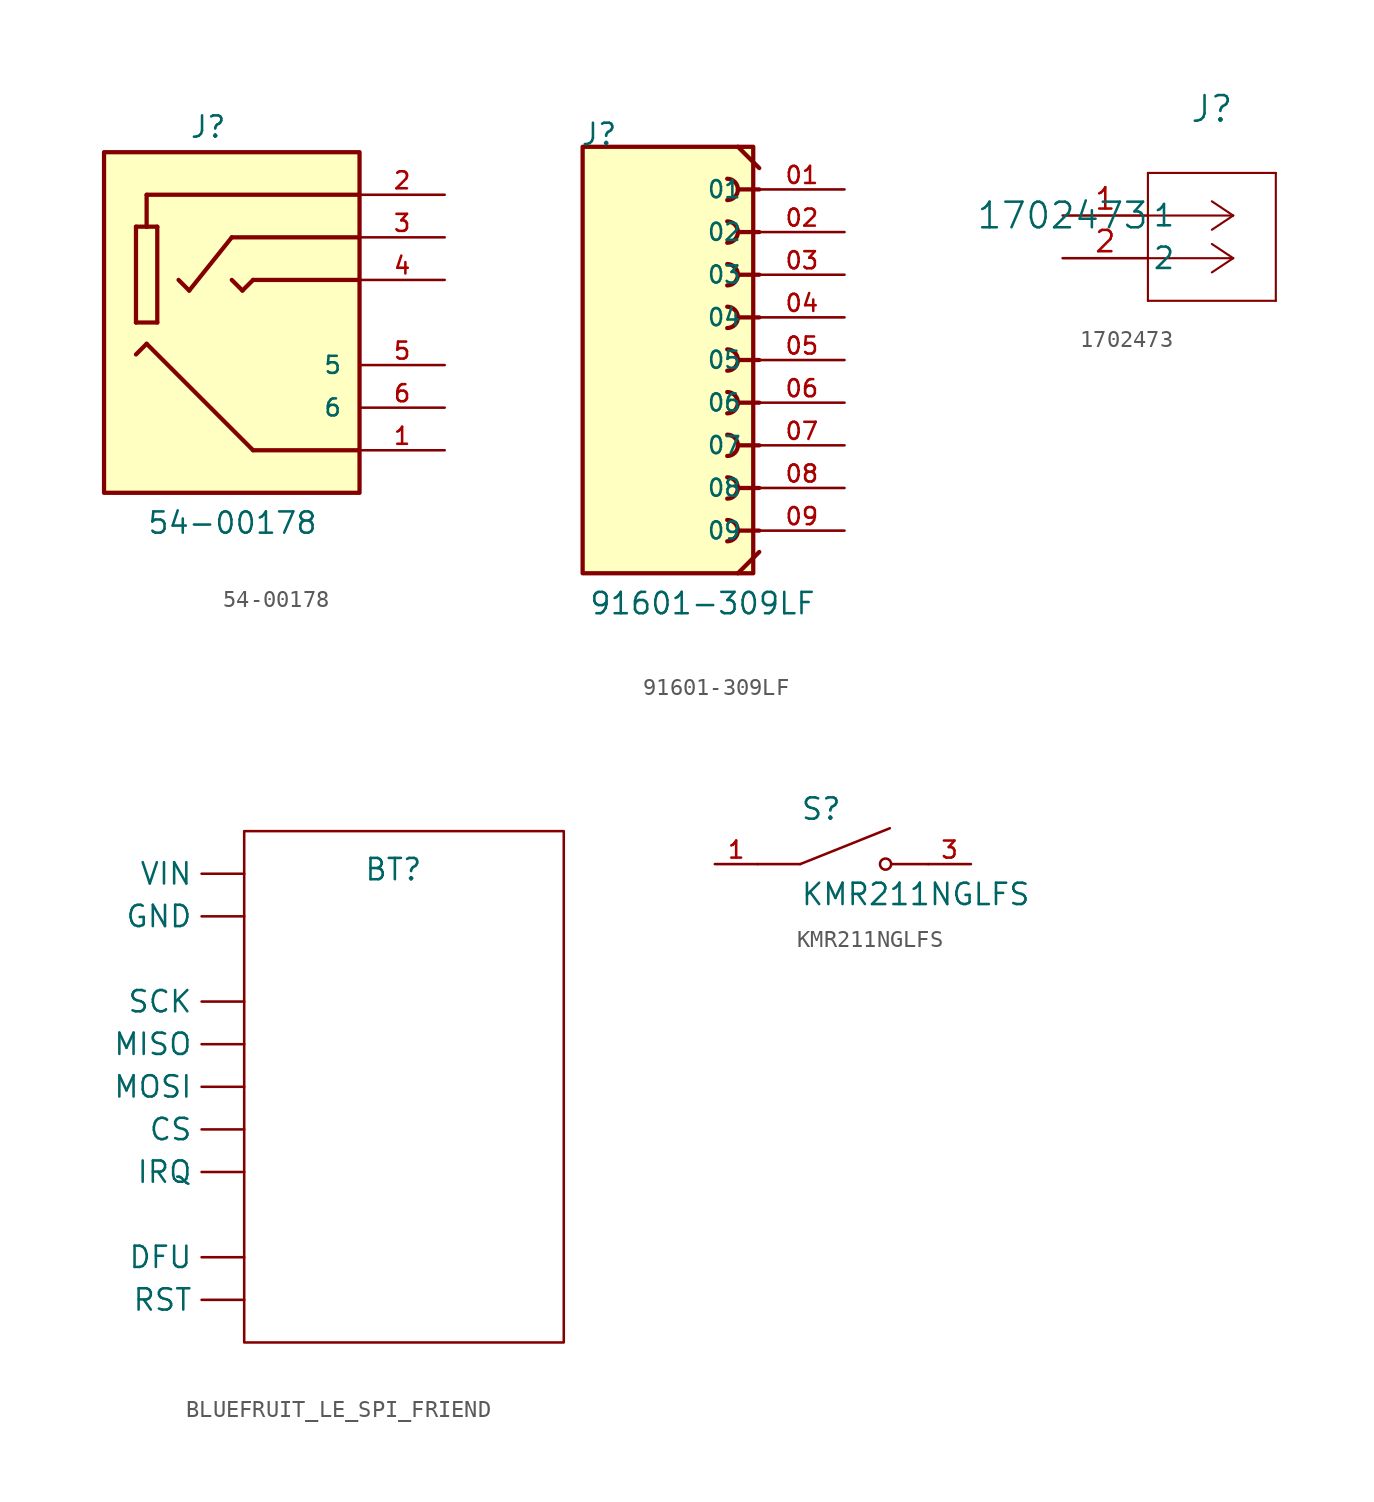
<source format=kicad_sym>
(kicad_symbol_lib
  (version 20231120)
  (generator "kicad_symbol_editor")
  (generator_version "8.0")
  (symbol "54-00178"
    (pin_names
      (offset 1.016))
    (property "Reference" "J"
      (at -2.54 10.922 0)
      (effects (font (size 1.27 1.27)) (justify left bottom)))
    (property "Value" "54-00178"
      (at -5.08 -12.7 0)
      (effects (font (size 1.27 1.27)) (justify left bottom)))
    (property "ki_locked" ""
      (at 0 0 0)
      (effects (font (size 1.27 1.27))))
    (symbol "54-00178_0_0"
      (rectangle (start -7.62 -10.16) (end 7.62 10.16) (stroke (width 0.254) (type solid)) (fill (type background)))
      (polyline (pts (xy -5.715 0) (xy -5.715 5.715)) (stroke (width 0.254) (type solid)) (fill (type none)))
      (polyline (pts (xy -5.715 5.715) (xy -5.08 5.715)) (stroke (width 0.254) (type solid)) (fill (type none)))
      (polyline (pts (xy -5.08 -1.27) (xy -5.715 -1.905)) (stroke (width 0.254) (type solid)) (fill (type none)))
      (polyline (pts (xy -5.08 -1.27) (xy 1.27 -7.62)) (stroke (width 0.254) (type solid)) (fill (type none)))
      (polyline (pts (xy -5.08 5.715) (xy -4.445 5.715)) (stroke (width 0.254) (type solid)) (fill (type none)))
      (polyline (pts (xy -5.08 7.62) (xy -5.08 5.715)) (stroke (width 0.254) (type solid)) (fill (type none)))
      (polyline (pts (xy -4.445 0) (xy -5.715 0)) (stroke (width 0.254) (type solid)) (fill (type none)))
      (polyline (pts (xy -4.445 5.715) (xy -4.445 0)) (stroke (width 0.254) (type solid)) (fill (type none)))
      (polyline (pts (xy -2.54 1.905) (xy -3.175 2.54)) (stroke (width 0.254) (type solid)) (fill (type none)))
      (polyline (pts (xy 0 5.08) (xy -2.54 1.905)) (stroke (width 0.254) (type solid)) (fill (type none)))
      (polyline (pts (xy 0 5.08) (xy 7.62 5.08)) (stroke (width 0.254) (type solid)) (fill (type none)))
      (polyline (pts (xy 0.635 1.905) (xy 0 2.54)) (stroke (width 0.254) (type solid)) (fill (type none)))
      (polyline (pts (xy 1.27 2.54) (xy 0.635 1.905)) (stroke (width 0.254) (type solid)) (fill (type none)))
      (polyline (pts (xy 7.62 -7.62) (xy 1.27 -7.62)) (stroke (width 0.254) (type solid)) (fill (type none)))
      (polyline (pts (xy 7.62 2.54) (xy 1.27 2.54)) (stroke (width 0.254) (type solid)) (fill (type none)))
      (polyline (pts (xy 7.62 7.62) (xy -5.08 7.62)) (stroke (width 0.254) (type solid)) (fill (type none)))
      (pin passive line (at 12.7 -7.62 180) (length 5.08) (name "~" (effects (font (size 1.016 1.016)))) (number "1" (effects (font (size 1.016 1.016)))))
      (pin passive line (at 12.7 7.62 180) (length 5.08) (name "~" (effects (font (size 1.016 1.016)))) (number "2" (effects (font (size 1.016 1.016)))))
      (pin passive line (at 12.7 5.08 180) (length 5.08) (name "~" (effects (font (size 1.016 1.016)))) (number "3" (effects (font (size 1.016 1.016)))))
      (pin passive line (at 12.7 2.54 180) (length 5.08) (name "~" (effects (font (size 1.016 1.016)))) (number "4" (effects (font (size 1.016 1.016)))))
      (pin passive line (at 12.7 -2.54 180) (length 5.08) (name "5" (effects (font (size 1.016 1.016)))) (number "5" (effects (font (size 1.016 1.016)))))
      (pin passive line (at 12.7 -5.08 180) (length 5.08) (name "6" (effects (font (size 1.016 1.016)))) (number "6" (effects (font (size 1.016 1.016)))))))
  (symbol "91601-309LF"
    (pin_names
      (offset 1.016))
    (property "Reference" "J"
      (at -5.588 12.7 0)
      (effects (font (size 1.27 1.27)) (justify left bottom)))
    (property "Value" "91601-309LF"
      (at -5.08 -15.24 0)
      (effects (font (size 1.27 1.27)) (justify left bottom)))
    (property "ki_locked" ""
      (at 0 0 0)
      (effects (font (size 1.27 1.27))))
    (symbol "91601-309LF_0_0"
      (rectangle (start -5.436 -12.7) (end 4.724 12.7) (stroke (width 0.254) (type solid)) (fill (type background)))
      (polyline (pts (xy 3.81 12.7) (xy 5.08 11.43)) (stroke (width 0.254) (type solid)) (fill (type none)))
      (polyline (pts (xy 5.08 -11.43) (xy 3.81 -12.7)) (stroke (width 0.254) (type solid)) (fill (type none)))
      (polyline (pts (xy 5.08 -10.16) (xy 3.81 -10.16)) (stroke (width 0.254) (type solid)) (fill (type none)))
      (polyline (pts (xy 5.08 -7.62) (xy 3.81 -7.62)) (stroke (width 0.254) (type solid)) (fill (type none)))
      (polyline (pts (xy 5.08 -5.08) (xy 3.81 -5.08)) (stroke (width 0.254) (type solid)) (fill (type none)))
      (polyline (pts (xy 5.08 -2.54) (xy 3.81 -2.54)) (stroke (width 0.254) (type solid)) (fill (type none)))
      (polyline (pts (xy 5.08 0) (xy 3.81 0)) (stroke (width 0.254) (type solid)) (fill (type none)))
      (polyline (pts (xy 5.08 2.54) (xy 3.81 2.54)) (stroke (width 0.254) (type solid)) (fill (type none)))
      (polyline (pts (xy 5.08 5.08) (xy 3.81 5.08)) (stroke (width 0.254) (type solid)) (fill (type none)))
      (polyline (pts (xy 5.08 7.62) (xy 3.81 7.62)) (stroke (width 0.254) (type solid)) (fill (type none)))
      (polyline (pts (xy 5.08 10.16) (xy 3.81 10.16)) (stroke (width 0.254) (type solid)) (fill (type none)))
      (arc (start 3.175 -10.795) (mid 3.81 -10.16) (end 3.175 -9.525) (stroke (width 0.254) (type solid)) (fill (type none)))
      (arc (start 3.175 -8.255) (mid 3.81 -7.62) (end 3.175 -6.985) (stroke (width 0.254) (type solid)) (fill (type none)))
      (arc (start 3.175 -5.715) (mid 3.81 -5.08) (end 3.175 -4.445) (stroke (width 0.254) (type solid)) (fill (type none)))
      (arc (start 3.175 -3.175) (mid 3.81 -2.54) (end 3.175 -1.905) (stroke (width 0.254) (type solid)) (fill (type none)))
      (arc (start 3.175 -0.635) (mid 3.81 0) (end 3.175 0.635) (stroke (width 0.254) (type solid)) (fill (type none)))
      (arc (start 3.175 1.905) (mid 3.81 2.54) (end 3.175 3.175) (stroke (width 0.254) (type solid)) (fill (type none)))
      (arc (start 3.175 4.445) (mid 3.81 5.08) (end 3.175 5.715) (stroke (width 0.254) (type solid)) (fill (type none)))
      (arc (start 3.175 6.985) (mid 3.81 7.62) (end 3.175 8.255) (stroke (width 0.254) (type solid)) (fill (type none)))
      (arc (start 3.175 9.525) (mid 3.81 10.16) (end 3.175 10.795) (stroke (width 0.254) (type solid)) (fill (type none)))
      (pin passive line (at 10.16 10.16 180) (length 5.08) (name "01" (effects (font (size 1.016 1.016)))) (number "01" (effects (font (size 1.016 1.016)))))
      (pin passive line (at 10.16 7.62 180) (length 5.08) (name "02" (effects (font (size 1.016 1.016)))) (number "02" (effects (font (size 1.016 1.016)))))
      (pin passive line (at 10.16 5.08 180) (length 5.08) (name "03" (effects (font (size 1.016 1.016)))) (number "03" (effects (font (size 1.016 1.016)))))
      (pin passive line (at 10.16 2.54 180) (length 5.08) (name "04" (effects (font (size 1.016 1.016)))) (number "04" (effects (font (size 1.016 1.016)))))
      (pin passive line (at 10.16 0 180) (length 5.08) (name "05" (effects (font (size 1.016 1.016)))) (number "05" (effects (font (size 1.016 1.016)))))
      (pin passive line (at 10.16 -2.54 180) (length 5.08) (name "06" (effects (font (size 1.016 1.016)))) (number "06" (effects (font (size 1.016 1.016)))))
      (pin passive line (at 10.16 -5.08 180) (length 5.08) (name "07" (effects (font (size 1.016 1.016)))) (number "07" (effects (font (size 1.016 1.016)))))
      (pin passive line (at 10.16 -7.62 180) (length 5.08) (name "08" (effects (font (size 1.016 1.016)))) (number "08" (effects (font (size 1.016 1.016)))))
      (pin passive line (at 10.16 -10.16 180) (length 5.08) (name "09" (effects (font (size 1.016 1.016)))) (number "09" (effects (font (size 1.016 1.016)))))))
  (symbol "1702473"
    (pin_names
      (offset 0.254))
    (property "Reference" "J"
      (at 8.89 6.35 0)
      (effects (font (size 1.524 1.524))))
    (property "Value" "1702473"
      (at 0 0 0)
      (effects (font (size 1.524 1.524))))
    (property "ki_locked" ""
      (at 0 0 0)
      (effects (font (size 1.27 1.27))))
    (symbol "1702473_0_1"
      (polyline (pts (xy 5.08 -5.08) (xy 12.7 -5.08)) (stroke (width 0.127) (type default)) (fill (type none)))
      (polyline (pts (xy 5.08 2.54) (xy 5.08 -5.08)) (stroke (width 0.127) (type default)) (fill (type none)))
      (polyline (pts (xy 10.16 -2.54) (xy 5.08 -2.54)) (stroke (width 0.127) (type default)) (fill (type none)))
      (polyline (pts (xy 10.16 -2.54) (xy 8.89 -3.387)) (stroke (width 0.127) (type default)) (fill (type none)))
      (polyline (pts (xy 10.16 -2.54) (xy 8.89 -1.693)) (stroke (width 0.127) (type default)) (fill (type none)))
      (polyline (pts (xy 10.16 0) (xy 5.08 0)) (stroke (width 0.127) (type default)) (fill (type none)))
      (polyline (pts (xy 10.16 0) (xy 8.89 -0.847)) (stroke (width 0.127) (type default)) (fill (type none)))
      (polyline (pts (xy 10.16 0) (xy 8.89 0.847)) (stroke (width 0.127) (type default)) (fill (type none)))
      (polyline (pts (xy 12.7 -5.08) (xy 12.7 2.54)) (stroke (width 0.127) (type default)) (fill (type none)))
      (polyline (pts (xy 12.7 2.54) (xy 5.08 2.54)) (stroke (width 0.127) (type default)) (fill (type none)))
      (pin unspecified line (at 0 0 0) (length 5.08) (name "1" (effects (font (size 1.27 1.27)))) (number "1" (effects (font (size 1.27 1.27)))))
      (pin unspecified line (at 0 -2.54 0) (length 5.08) (name "2" (effects (font (size 1.27 1.27)))) (number "2" (effects (font (size 1.27 1.27)))))))
  (symbol "BLUEFRUIT_LE_SPI_FRIEND"
    (property "Reference" "BT"
      (at 1.27 10.414 0)
      (effects (font (size 1.27 1.27))))
    (property "Value" ""
      (at -2.54 3.81 0)
      (effects (font (size 1.27 1.27))))
    (symbol "BLUEFRUIT_LE_SPI_FRIEND_0_1"
      (rectangle (start -7.62 12.7) (end 11.43 -17.78) (stroke (width 0) (type default)) (fill (type none))))
    (symbol "BLUEFRUIT_LE_SPI_FRIEND_1_1"
      (pin input line (at -7.62 -5.08 180) (length 2.54) (name "CS" (effects (font (size 1.27 1.27)))) (number "" (effects (font (size 1.27 1.27)))))
      (pin input line (at -7.62 -12.7 180) (length 2.54) (name "DFU" (effects (font (size 1.27 1.27)))) (number "" (effects (font (size 1.27 1.27)))))
      (pin input line (at -7.62 7.62 180) (length 2.54) (name "GND" (effects (font (size 1.27 1.27)))) (number "" (effects (font (size 1.27 1.27)))))
      (pin input line (at -7.62 -7.62 180) (length 2.54) (name "IRQ" (effects (font (size 1.27 1.27)))) (number "" (effects (font (size 1.27 1.27)))))
      (pin input line (at -7.62 0 180) (length 2.54) (name "MISO" (effects (font (size 1.27 1.27)))) (number "" (effects (font (size 1.27 1.27)))))
      (pin input line (at -7.62 -2.54 180) (length 2.54) (name "MOSI" (effects (font (size 1.27 1.27)))) (number "" (effects (font (size 1.27 1.27)))))
      (pin input line (at -7.62 -15.24 180) (length 2.54) (name "RST" (effects (font (size 1.27 1.27)))) (number "" (effects (font (size 1.27 1.27)))))
      (pin input line (at -7.62 2.54 180) (length 2.54) (name "SCK" (effects (font (size 1.27 1.27)))) (number "" (effects (font (size 1.27 1.27)))))
      (pin input line (at -7.62 10.16 180) (length 2.54) (name "VIN" (effects (font (size 1.27 1.27)))) (number "" (effects (font (size 1.27 1.27)))))))
  (symbol "KMR211NGLFS"
    (pin_names
      (offset 1.016) hide)
    (property "Reference" "S"
      (at -2.54 2.54 0)
      (effects (font (size 1.27 1.27)) (justify left bottom)))
    (property "Value" "KMR211NGLFS"
      (at -2.54 -2.54 0)
      (effects (font (size 1.27 1.27)) (justify left bottom)))
    (property "ki_locked" ""
      (at 0 0 0)
      (effects (font (size 1.27 1.27))))
    (symbol "KMR211NGLFS_0_0"
      (polyline (pts (xy -2.54 0) (xy -5.08 0)) (stroke (width 0.152) (type solid)) (fill (type none)))
      (polyline (pts (xy -2.54 0) (xy 2.794 2.134)) (stroke (width 0.152) (type solid)) (fill (type none)))
      (polyline (pts (xy 5.08 0) (xy 2.921 0)) (stroke (width 0.152) (type solid)) (fill (type none)))
      (circle (center 2.54 0) (radius 0.33) (stroke (width 0.152) (type solid)) (fill (type none)))
      (pin passive line (at -7.62 0 0) (length 2.54) (name "~" (effects (font (size 1.016 1.016)))) (number "1" (effects (font (size 1.016 1.016)))))
      (pin passive line (at 7.62 0 180) (length 2.54) (name "~" (effects (font (size 1.016 1.016)))) (number "3" (effects (font (size 1.016 1.016))))))))
</source>
